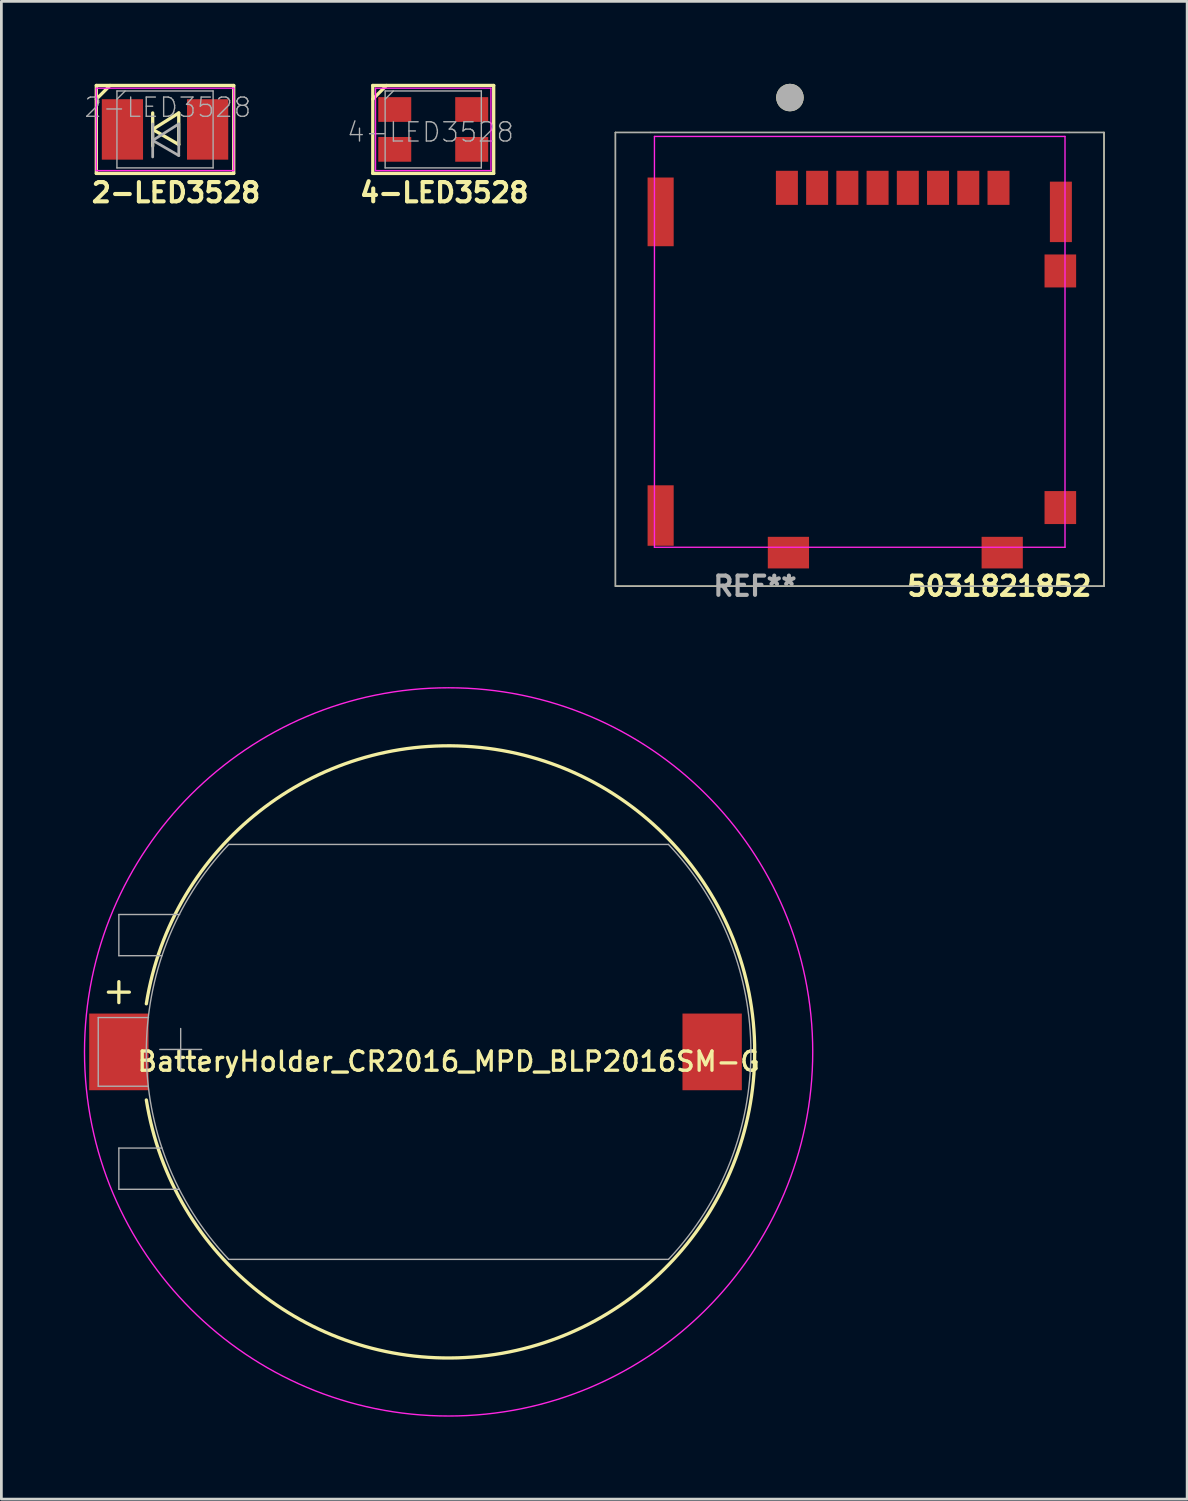
<source format=kicad_pcb>
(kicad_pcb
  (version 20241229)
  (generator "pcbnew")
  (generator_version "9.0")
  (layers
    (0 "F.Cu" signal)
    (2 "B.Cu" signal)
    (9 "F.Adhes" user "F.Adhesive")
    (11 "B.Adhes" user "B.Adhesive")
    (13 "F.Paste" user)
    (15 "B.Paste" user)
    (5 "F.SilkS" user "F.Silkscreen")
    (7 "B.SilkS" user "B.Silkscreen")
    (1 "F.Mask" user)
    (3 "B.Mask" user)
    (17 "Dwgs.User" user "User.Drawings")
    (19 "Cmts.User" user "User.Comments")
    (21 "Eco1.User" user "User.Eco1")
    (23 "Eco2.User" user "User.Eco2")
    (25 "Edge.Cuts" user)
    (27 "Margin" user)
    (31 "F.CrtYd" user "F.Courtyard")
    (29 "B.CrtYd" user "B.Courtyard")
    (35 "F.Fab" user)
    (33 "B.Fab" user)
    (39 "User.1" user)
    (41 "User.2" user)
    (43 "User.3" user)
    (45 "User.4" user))
  (footprint "BatteryHolder_CR2016_MPD_BLP2016SM-G"
    (layer "F.Cu")
    (at 13.275 35.228)
    (property "Reference" "BatteryHolder_CR2016_MPD_BLP2016SM-G" (at 0 0.35 0) (layer "F.SilkS") (effects (font (size 0.7 0.7) (thickness 0.12))))
    (attr smd)
    (fp_arc (start -10.999999 -1.750001) (mid 11.138334 0.000001) (end -10.999999 1.749999) (stroke (width 0.12) (type solid)) (layer "F.SilkS"))
    (fp_circle (center 0 0) (end -13.25 0) (stroke (width 0.05) (type solid)) (fill no) (layer "F.CrtYd"))
    (fp_line (start -12.75 -1.25) (end -12.75 1.25) (stroke (width 0.05) (type solid)) (layer "F.Fab"))
    (fp_line (start -12.75 1.25) (end -10.93 1.25) (stroke (width 0.05) (type solid)) (layer "F.Fab"))
    (fp_line (start -12 -5) (end -12 -3.5) (stroke (width 0.05) (type solid)) (layer "F.Fab"))
    (fp_line (start -12 -3.5) (end -10.43 -3.5) (stroke (width 0.05) (type solid)) (layer "F.Fab"))
    (fp_line (start -12 3.5) (end -12 5) (stroke (width 0.05) (type solid)) (layer "F.Fab"))
    (fp_line (start -12 3.5) (end -10.43 3.5) (stroke (width 0.05) (type solid)) (layer "F.Fab"))
    (fp_line (start -10.92 -1.25) (end -12.75 -1.25) (stroke (width 0.05) (type solid)) (layer "F.Fab"))
    (fp_line (start -9.8 5) (end -12 5) (stroke (width 0.05) (type solid)) (layer "F.Fab"))
    (fp_line (start -9.79 -5) (end -12 -5) (stroke (width 0.05) (type solid)) (layer "F.Fab"))
    (fp_line (start -8 -7.55) (end 8 -7.55) (stroke (width 0.05) (type solid)) (layer "F.Fab"))
    (fp_line (start -8 7.55) (end 8 7.55) (stroke (width 0.05) (type solid)) (layer "F.Fab"))
    (fp_arc (start -8 7.55) (mid -11.000113 0) (end -7.999999 -7.549999) (stroke (width 0.05) (type solid)) (layer "F.Fab"))
    (fp_arc (start 7.999999 -7.549999) (mid 11.000112 0) (end 7.999999 7.549999) (stroke (width 0.05) (type solid)) (layer "F.Fab"))
    (fp_text user "+" (at -12 -2.25 0) (layer "F.SilkS") (effects (font (size 1 1) (thickness 0.12))))
    (fp_text user "+" (at -9.75 -0.25 0) (layer "F.Fab") (effects (font (size 2 2) (thickness 0.05))))
    (pad "1" smd rect (at -12 0) (size 2.16 2.79) (layers "F.Cu" "F.Mask" "F.Paste"))
    (pad "2" smd rect (at 9.59 0) (size 2.16 2.79) (layers "F.Cu" "F.Mask" "F.Paste")))
  (footprint "5031821852"
    (layer "F.Cu")
    (at 28.235 9.39)
    (property "Reference" "5031821852" (at 5.08 8.89 0) (layer "F.SilkS") (effects (font (size 0.7 0.7) (thickness 0.15))))
    (attr smd)
    (fp_line (start -8.89 -7.62) (end -7.62 -7.62) (stroke (width 0.05) (type solid)) (layer "F.SilkS"))
    (fp_line (start -8.89 8.89) (end -8.89 -7.62) (stroke (width 0.05) (type solid)) (layer "F.SilkS"))
    (fp_line (start -7.62 -7.62) (end 7.62 -7.62) (stroke (width 0.05) (type solid)) (layer "F.SilkS"))
    (fp_line (start 7.62 -7.62) (end 8.89 -7.62) (stroke (width 0.05) (type solid)) (layer "F.SilkS"))
    (fp_line (start 8.89 -7.62) (end 8.89 8.89) (stroke (width 0.05) (type solid)) (layer "F.SilkS"))
    (fp_line (start 8.89 8.89) (end -8.89 8.89) (stroke (width 0.05) (type solid)) (layer "F.SilkS"))
    (fp_circle (center -2.54 -8.89) (end -2.29 -8.89) (stroke (width 0.5) (type solid)) (fill no) (layer "F.SilkS"))
    (fp_line (start -7.47 -7.475) (end -7.47 7.475) (stroke (width 0.05) (type solid)) (layer "F.CrtYd"))
    (fp_line (start -7.47 -7.475) (end 7.47 -7.475) (stroke (width 0.05) (type solid)) (layer "F.CrtYd"))
    (fp_line (start -7.47 7.475) (end 7.47 7.475) (stroke (width 0.05) (type solid)) (layer "F.CrtYd"))
    (fp_line (start 7.47 -7.475) (end 7.47 7.475) (stroke (width 0.05) (type solid)) (layer "F.CrtYd"))
    (fp_line (start -8.89 -7.62) (end 8.89 -7.62) (stroke (width 0.05) (type solid)) (layer "F.Fab"))
    (fp_line (start -8.89 8.89) (end -8.89 -7.62) (stroke (width 0.05) (type solid)) (layer "F.Fab"))
    (fp_line (start 8.89 -7.62) (end 8.89 8.89) (stroke (width 0.05) (type solid)) (layer "F.Fab"))
    (fp_line (start 8.89 8.89) (end -8.89 8.89) (stroke (width 0.05) (type solid)) (layer "F.Fab"))
    (fp_circle (center -2.54 -8.89) (end -2.29 -8.89) (stroke (width 0.5) (type solid)) (fill no) (layer "F.Fab"))
    (fp_text user "REF**" (at -3.81 8.89 0) (layer "F.Fab") (effects (font (size 0.7 0.7) (thickness 0.15))))
    (pad "1" smd rect (at -2.65 -5.605) (size 0.8 1.24) (layers "F.Cu" "F.Mask" "F.Paste"))
    (pad "2" smd rect (at -1.55 -5.605) (size 0.8 1.24) (layers "F.Cu" "F.Mask" "F.Paste"))
    (pad "3" smd rect (at -0.45 -5.605) (size 0.8 1.24) (layers "F.Cu" "F.Mask" "F.Paste"))
    (pad "4" smd rect (at 0.65 -5.605) (size 0.8 1.24) (layers "F.Cu" "F.Mask" "F.Paste"))
    (pad "5" smd rect (at 1.75 -5.605) (size 0.8 1.24) (layers "F.Cu" "F.Mask" "F.Paste"))
    (pad "6" smd rect (at 2.85 -5.605) (size 0.8 1.24) (layers "F.Cu" "F.Mask" "F.Paste"))
    (pad "7" smd rect (at 3.95 -5.605) (size 0.8 1.24) (layers "F.Cu" "F.Mask" "F.Paste"))
    (pad "8" smd rect (at 5.05 -5.605) (size 0.8 1.24) (layers "F.Cu" "F.Mask" "F.Paste"))
    (pad "9" smd rect (at -7.245 -4.73) (size 0.95 2.5) (layers "F.Cu" "F.Mask" "F.Paste"))
    (pad "9" smd rect (at -7.245 6.32) (size 0.95 2.2) (layers "F.Cu" "F.Mask" "F.Paste"))
    (pad "9" smd rect (at -2.595 7.67) (size 1.5 1.15) (layers "F.Cu" "F.Mask" "F.Paste"))
    (pad "9" smd rect (at 5.185 7.67) (size 1.5 1.15) (layers "F.Cu" "F.Mask" "F.Paste"))
    (pad "9" smd rect (at 7.3 6.03) (size 1.15 1.2) (layers "F.Cu" "F.Mask" "F.Paste"))
    (pad "9" smd rect (at 7.32 -4.73) (size 0.8 2.2) (layers "F.Cu" "F.Mask" "F.Paste"))
    (pad "SWITCH" smd rect (at 7.3 -2.58) (size 1.15 1.2) (layers "F.Cu" "F.Mask" "F.Paste")))
  (footprint "4-LED3528"
    (layer "F.Cu")
    (at 12.715 1.66)
    (property "Reference" "4-LED3528" (at 0.4 2.3 0) (layer "F.SilkS") (effects (font (size 0.7 0.7) (thickness 0.15))))
    (attr smd)
    (fp_line (start -2.2 -1.6) (end -2.2 1.6) (stroke (width 0.12) (type solid)) (layer "F.SilkS"))
    (fp_line (start -2.2 -1.1) (end -1.7 -1.6) (stroke (width 0.12) (type solid)) (layer "F.SilkS"))
    (fp_line (start -2.2 1.6) (end 2.2 1.6) (stroke (width 0.12) (type solid)) (layer "F.SilkS"))
    (fp_line (start 2.2 -1.6) (end -2.2 -1.6) (stroke (width 0.12) (type solid)) (layer "F.SilkS"))
    (fp_line (start 2.2 1.6) (end 2.2 -1.6) (stroke (width 0.12) (type solid)) (layer "F.SilkS"))
    (fp_line (start -2.1 -1.5) (end 2.1 -1.5) (stroke (width 0.05) (type solid)) (layer "F.CrtYd"))
    (fp_line (start -2.1 1.5) (end -2.1 -1.5) (stroke (width 0.05) (type solid)) (layer "F.CrtYd"))
    (fp_line (start 2.1 -1.5) (end 2.1 1.5) (stroke (width 0.05) (type solid)) (layer "F.CrtYd"))
    (fp_line (start 2.1 1.5) (end -2.1 1.5) (stroke (width 0.05) (type solid)) (layer "F.CrtYd"))
    (fp_line (start -1.75 -1.4) (end 1.75 -1.4) (stroke (width 0.05) (type solid)) (layer "F.Fab"))
    (fp_line (start -1.75 -1.1) (end -1.45 -1.4) (stroke (width 0.05) (type solid)) (layer "F.Fab"))
    (fp_line (start -1.75 1.4) (end -1.75 -1.4) (stroke (width 0.05) (type solid)) (layer "F.Fab"))
    (fp_line (start 1.75 -1.4) (end 1.75 1.4) (stroke (width 0.05) (type solid)) (layer "F.Fab"))
    (fp_line (start 1.75 1.4) (end -1.75 1.4) (stroke (width 0.05) (type solid)) (layer "F.Fab"))
    (fp_text user "${REFERENCE}" (at -0.1 0.1 0) (layer "F.Fab") (effects (font (size 0.7 0.7) (thickness 0.05))))
    (pad "1" smd rect (at -1.4 -0.725 180) (size 1.2 0.9) (layers "F.Cu" "F.Mask" "F.Paste"))
    (pad "2" smd rect (at 1.4 -0.725 180) (size 1.2 0.9) (layers "F.Cu" "F.Mask" "F.Paste"))
    (pad "3" smd rect (at 1.4 0.725) (size 1.2 0.9) (layers "F.Cu" "F.Mask" "F.Paste"))
    (pad "4" smd rect (at -1.4 0.725) (size 1.2 0.9) (layers "F.Cu" "F.Mask" "F.Paste")))
  (footprint "2-LED3528"
    (layer "F.Cu")
    (at 2.955 1.66)
    (property "Reference" "2-LED3528" (at 0.4 2.3 0) (layer "F.SilkS") (effects (font (size 0.7 0.7) (thickness 0.15))))
    (attr smd)
    (fp_line (start -2.5 -1.6) (end -2.5 1.6) (stroke (width 0.12) (type solid)) (layer "F.SilkS"))
    (fp_line (start -2.5 -1.1) (end -2 -1.6) (stroke (width 0.12) (type solid)) (layer "F.SilkS"))
    (fp_line (start -2.5 1.6) (end 2.5 1.6) (stroke (width 0.12) (type solid)) (layer "F.SilkS"))
    (fp_line (start -0.449 -0.6) (end -0.449 0.601) (stroke (width 0.12) (type solid)) (layer "F.SilkS"))
    (fp_line (start -0.449 0) (end 0.5 -0.6) (stroke (width 0.12) (type solid)) (layer "F.SilkS"))
    (fp_line (start -0.449 0) (end 0.5 0.55) (stroke (width 0.12) (type solid)) (layer "F.SilkS"))
    (fp_line (start 0.5 0.55) (end 0.5 -0.6) (stroke (width 0.12) (type solid)) (layer "F.SilkS"))
    (fp_line (start 2.5 -1.6) (end -2.5 -1.6) (stroke (width 0.12) (type solid)) (layer "F.SilkS"))
    (fp_line (start 2.5 1.6) (end 2.5 -1.6) (stroke (width 0.12) (type solid)) (layer "F.SilkS"))
    (fp_line (start -2.5 -1.5) (end 2.5 -1.5) (stroke (width 0.05) (type solid)) (layer "F.CrtYd"))
    (fp_line (start -2.5 1.5) (end -2.5 -1.5) (stroke (width 0.05) (type solid)) (layer "F.CrtYd"))
    (fp_line (start 2.5 -1.5) (end 2.5 1.5) (stroke (width 0.05) (type solid)) (layer "F.CrtYd"))
    (fp_line (start 2.5 1.5) (end -2.5 1.5) (stroke (width 0.05) (type solid)) (layer "F.CrtYd"))
    (fp_line (start -1.75 -1.4) (end 1.75 -1.4) (stroke (width 0.05) (type solid)) (layer "F.Fab"))
    (fp_line (start -1.75 -1.1) (end -1.45 -1.4) (stroke (width 0.05) (type solid)) (layer "F.Fab"))
    (fp_line (start -1.75 1.4) (end -1.75 -1.4) (stroke (width 0.05) (type solid)) (layer "F.Fab"))
    (fp_line (start -0.449 -0.2) (end -0.449 1.001) (stroke (width 0.1) (type solid)) (layer "F.Fab"))
    (fp_line (start -0.449 0.4) (end 0.5 -0.2) (stroke (width 0.1) (type solid)) (layer "F.Fab"))
    (fp_line (start -0.449 0.4) (end 0.5 0.95) (stroke (width 0.1) (type solid)) (layer "F.Fab"))
    (fp_line (start 0.5 0.95) (end 0.5 -0.2) (stroke (width 0.1) (type solid)) (layer "F.Fab"))
    (fp_line (start 1.75 -1.4) (end 1.75 1.4) (stroke (width 0.05) (type solid)) (layer "F.Fab"))
    (fp_line (start 1.75 1.4) (end -1.75 1.4) (stroke (width 0.05) (type solid)) (layer "F.Fab"))
    (fp_text user "${REFERENCE}" (at 0.1 -0.8 0) (layer "F.Fab") (effects (font (size 0.7 0.7) (thickness 0.05))))
    (pad "1" smd rect (at -1.55 0 180) (size 1.5 2.2) (layers "F.Cu" "F.Mask" "F.Paste"))
    (pad "2" smd rect (at 1.55 0) (size 1.5 2.2) (layers "F.Cu" "F.Mask" "F.Paste")))
  (gr_rect
    (start -3 -3)
    (end 40.15 51.503)
    (stroke (width 0.1) (type default))
    (fill no)
    (layer "Edge.Cuts")))
</source>
